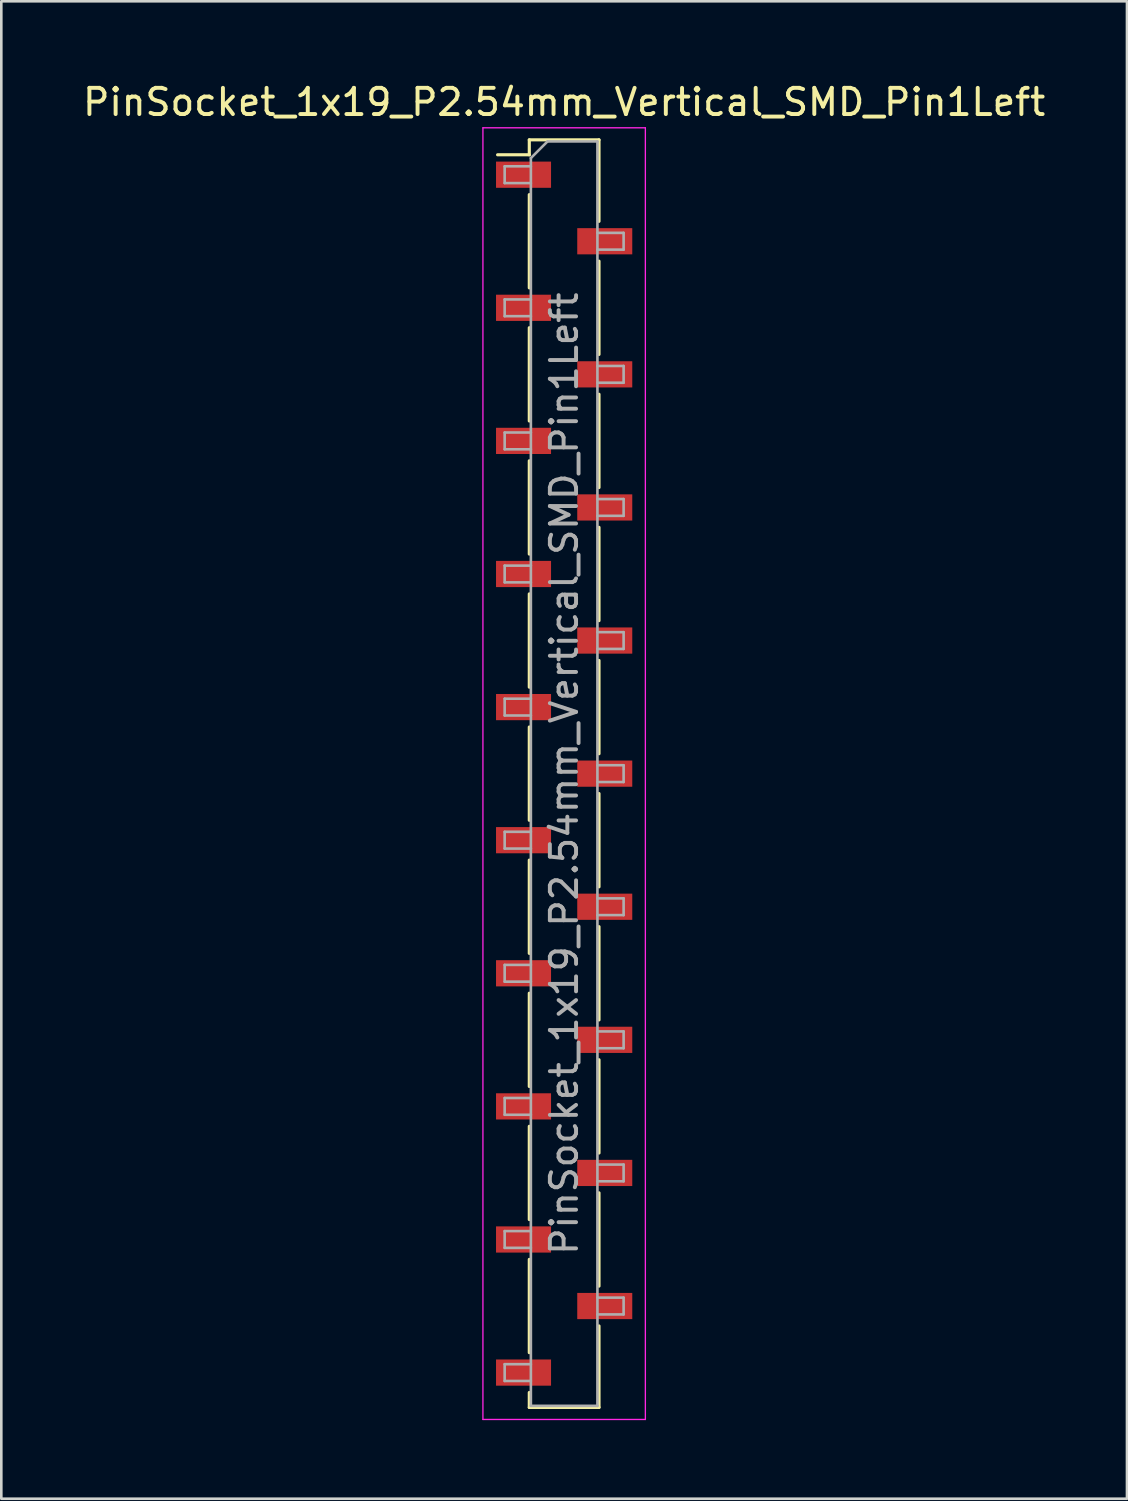
<source format=kicad_pcb>
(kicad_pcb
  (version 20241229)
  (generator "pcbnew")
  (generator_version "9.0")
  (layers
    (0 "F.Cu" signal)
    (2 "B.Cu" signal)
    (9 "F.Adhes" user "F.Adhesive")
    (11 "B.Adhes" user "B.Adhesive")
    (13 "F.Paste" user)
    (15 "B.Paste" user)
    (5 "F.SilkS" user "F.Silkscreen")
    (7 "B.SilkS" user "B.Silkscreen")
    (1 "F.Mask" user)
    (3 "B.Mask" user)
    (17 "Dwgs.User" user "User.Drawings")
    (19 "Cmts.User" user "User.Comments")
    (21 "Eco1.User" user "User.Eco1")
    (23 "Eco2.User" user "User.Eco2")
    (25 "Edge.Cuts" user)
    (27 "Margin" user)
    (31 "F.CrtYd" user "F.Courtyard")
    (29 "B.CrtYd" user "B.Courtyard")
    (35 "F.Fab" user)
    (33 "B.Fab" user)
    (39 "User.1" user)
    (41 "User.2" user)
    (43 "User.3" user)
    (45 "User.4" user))
  (footprint "PinSocket_1x19_P2.54mm_Vertical_SMD_Pin1Left"
    (layer "F.Cu")
    (at 18.482 26.478)
    (property "Reference" "PinSocket_1x19_P2.54mm_Vertical_SMD_Pin1Left" (at 0 -25.63 0) (layer "F.SilkS") (effects (font (size 1 1) (thickness 0.15))))
    (attr smd)
    (fp_line (start -2.54 -23.62) (end -1.33 -23.62) (stroke (width 0.12) (type solid)) (layer "F.SilkS"))
    (fp_line (start -1.33 -24.19) (end -1.33 -23.62) (stroke (width 0.12) (type solid)) (layer "F.SilkS"))
    (fp_line (start -1.33 -24.19) (end 1.33 -24.19) (stroke (width 0.12) (type solid)) (layer "F.SilkS"))
    (fp_line (start -1.33 -22.1) (end -1.33 -18.54) (stroke (width 0.12) (type solid)) (layer "F.SilkS"))
    (fp_line (start -1.33 -17.02) (end -1.33 -13.46) (stroke (width 0.12) (type solid)) (layer "F.SilkS"))
    (fp_line (start -1.33 -11.94) (end -1.33 -8.38) (stroke (width 0.12) (type solid)) (layer "F.SilkS"))
    (fp_line (start -1.33 -6.86) (end -1.33 -3.3) (stroke (width 0.12) (type solid)) (layer "F.SilkS"))
    (fp_line (start -1.33 -1.78) (end -1.33 1.78) (stroke (width 0.12) (type solid)) (layer "F.SilkS"))
    (fp_line (start -1.33 3.3) (end -1.33 6.86) (stroke (width 0.12) (type solid)) (layer "F.SilkS"))
    (fp_line (start -1.33 8.38) (end -1.33 11.94) (stroke (width 0.12) (type solid)) (layer "F.SilkS"))
    (fp_line (start -1.33 13.46) (end -1.33 17.02) (stroke (width 0.12) (type solid)) (layer "F.SilkS"))
    (fp_line (start -1.33 18.54) (end -1.33 22.1) (stroke (width 0.12) (type solid)) (layer "F.SilkS"))
    (fp_line (start -1.33 23.62) (end -1.33 24.19) (stroke (width 0.12) (type solid)) (layer "F.SilkS"))
    (fp_line (start -1.33 24.19) (end 1.33 24.19) (stroke (width 0.12) (type solid)) (layer "F.SilkS"))
    (fp_line (start 1.33 -24.19) (end 1.33 -21.08) (stroke (width 0.12) (type solid)) (layer "F.SilkS"))
    (fp_line (start 1.33 -19.56) (end 1.33 -16) (stroke (width 0.12) (type solid)) (layer "F.SilkS"))
    (fp_line (start 1.33 -14.48) (end 1.33 -10.92) (stroke (width 0.12) (type solid)) (layer "F.SilkS"))
    (fp_line (start 1.33 -9.4) (end 1.33 -5.84) (stroke (width 0.12) (type solid)) (layer "F.SilkS"))
    (fp_line (start 1.33 -4.32) (end 1.33 -0.76) (stroke (width 0.12) (type solid)) (layer "F.SilkS"))
    (fp_line (start 1.33 0.76) (end 1.33 4.32) (stroke (width 0.12) (type solid)) (layer "F.SilkS"))
    (fp_line (start 1.33 5.84) (end 1.33 9.4) (stroke (width 0.12) (type solid)) (layer "F.SilkS"))
    (fp_line (start 1.33 10.92) (end 1.33 14.48) (stroke (width 0.12) (type solid)) (layer "F.SilkS"))
    (fp_line (start 1.33 16) (end 1.33 19.56) (stroke (width 0.12) (type solid)) (layer "F.SilkS"))
    (fp_line (start 1.33 21.08) (end 1.33 24.19) (stroke (width 0.12) (type solid)) (layer "F.SilkS"))
    (fp_line (start -3.1 -24.65) (end 3.1 -24.65) (stroke (width 0.05) (type solid)) (layer "F.CrtYd"))
    (fp_line (start -3.1 24.65) (end -3.1 -24.65) (stroke (width 0.05) (type solid)) (layer "F.CrtYd"))
    (fp_line (start 3.1 -24.65) (end 3.1 24.65) (stroke (width 0.05) (type solid)) (layer "F.CrtYd"))
    (fp_line (start 3.1 24.65) (end -3.1 24.65) (stroke (width 0.05) (type solid)) (layer "F.CrtYd"))
    (fp_line (start -2.27 -23.18) (end -1.27 -23.18) (stroke (width 0.1) (type solid)) (layer "F.Fab"))
    (fp_line (start -2.27 -22.54) (end -2.27 -23.18) (stroke (width 0.1) (type solid)) (layer "F.Fab"))
    (fp_line (start -2.27 -18.1) (end -1.27 -18.1) (stroke (width 0.1) (type solid)) (layer "F.Fab"))
    (fp_line (start -2.27 -17.46) (end -2.27 -18.1) (stroke (width 0.1) (type solid)) (layer "F.Fab"))
    (fp_line (start -2.27 -13.02) (end -1.27 -13.02) (stroke (width 0.1) (type solid)) (layer "F.Fab"))
    (fp_line (start -2.27 -12.38) (end -2.27 -13.02) (stroke (width 0.1) (type solid)) (layer "F.Fab"))
    (fp_line (start -2.27 -7.94) (end -1.27 -7.94) (stroke (width 0.1) (type solid)) (layer "F.Fab"))
    (fp_line (start -2.27 -7.3) (end -2.27 -7.94) (stroke (width 0.1) (type solid)) (layer "F.Fab"))
    (fp_line (start -2.27 -2.86) (end -1.27 -2.86) (stroke (width 0.1) (type solid)) (layer "F.Fab"))
    (fp_line (start -2.27 -2.22) (end -2.27 -2.86) (stroke (width 0.1) (type solid)) (layer "F.Fab"))
    (fp_line (start -2.27 2.22) (end -1.27 2.22) (stroke (width 0.1) (type solid)) (layer "F.Fab"))
    (fp_line (start -2.27 2.86) (end -2.27 2.22) (stroke (width 0.1) (type solid)) (layer "F.Fab"))
    (fp_line (start -2.27 7.3) (end -1.27 7.3) (stroke (width 0.1) (type solid)) (layer "F.Fab"))
    (fp_line (start -2.27 7.94) (end -2.27 7.3) (stroke (width 0.1) (type solid)) (layer "F.Fab"))
    (fp_line (start -2.27 12.38) (end -1.27 12.38) (stroke (width 0.1) (type solid)) (layer "F.Fab"))
    (fp_line (start -2.27 13.02) (end -2.27 12.38) (stroke (width 0.1) (type solid)) (layer "F.Fab"))
    (fp_line (start -2.27 17.46) (end -1.27 17.46) (stroke (width 0.1) (type solid)) (layer "F.Fab"))
    (fp_line (start -2.27 18.1) (end -2.27 17.46) (stroke (width 0.1) (type solid)) (layer "F.Fab"))
    (fp_line (start -2.27 22.54) (end -1.27 22.54) (stroke (width 0.1) (type solid)) (layer "F.Fab"))
    (fp_line (start -2.27 23.18) (end -2.27 22.54) (stroke (width 0.1) (type solid)) (layer "F.Fab"))
    (fp_line (start -1.27 -23.495) (end -0.635 -24.13) (stroke (width 0.1) (type solid)) (layer "F.Fab"))
    (fp_line (start -1.27 -22.54) (end -2.27 -22.54) (stroke (width 0.1) (type solid)) (layer "F.Fab"))
    (fp_line (start -1.27 -17.46) (end -2.27 -17.46) (stroke (width 0.1) (type solid)) (layer "F.Fab"))
    (fp_line (start -1.27 -12.38) (end -2.27 -12.38) (stroke (width 0.1) (type solid)) (layer "F.Fab"))
    (fp_line (start -1.27 -7.3) (end -2.27 -7.3) (stroke (width 0.1) (type solid)) (layer "F.Fab"))
    (fp_line (start -1.27 -2.22) (end -2.27 -2.22) (stroke (width 0.1) (type solid)) (layer "F.Fab"))
    (fp_line (start -1.27 2.86) (end -2.27 2.86) (stroke (width 0.1) (type solid)) (layer "F.Fab"))
    (fp_line (start -1.27 7.94) (end -2.27 7.94) (stroke (width 0.1) (type solid)) (layer "F.Fab"))
    (fp_line (start -1.27 13.02) (end -2.27 13.02) (stroke (width 0.1) (type solid)) (layer "F.Fab"))
    (fp_line (start -1.27 18.1) (end -2.27 18.1) (stroke (width 0.1) (type solid)) (layer "F.Fab"))
    (fp_line (start -1.27 23.18) (end -2.27 23.18) (stroke (width 0.1) (type solid)) (layer "F.Fab"))
    (fp_line (start -1.27 24.13) (end -1.27 -23.495) (stroke (width 0.1) (type solid)) (layer "F.Fab"))
    (fp_line (start -0.635 -24.13) (end 1.27 -24.13) (stroke (width 0.1) (type solid)) (layer "F.Fab"))
    (fp_line (start 1.27 -24.13) (end 1.27 24.13) (stroke (width 0.1) (type solid)) (layer "F.Fab"))
    (fp_line (start 1.27 -20.64) (end 2.27 -20.64) (stroke (width 0.1) (type solid)) (layer "F.Fab"))
    (fp_line (start 1.27 -15.56) (end 2.27 -15.56) (stroke (width 0.1) (type solid)) (layer "F.Fab"))
    (fp_line (start 1.27 -10.48) (end 2.27 -10.48) (stroke (width 0.1) (type solid)) (layer "F.Fab"))
    (fp_line (start 1.27 -5.4) (end 2.27 -5.4) (stroke (width 0.1) (type solid)) (layer "F.Fab"))
    (fp_line (start 1.27 -0.32) (end 2.27 -0.32) (stroke (width 0.1) (type solid)) (layer "F.Fab"))
    (fp_line (start 1.27 4.76) (end 2.27 4.76) (stroke (width 0.1) (type solid)) (layer "F.Fab"))
    (fp_line (start 1.27 9.84) (end 2.27 9.84) (stroke (width 0.1) (type solid)) (layer "F.Fab"))
    (fp_line (start 1.27 14.92) (end 2.27 14.92) (stroke (width 0.1) (type solid)) (layer "F.Fab"))
    (fp_line (start 1.27 20) (end 2.27 20) (stroke (width 0.1) (type solid)) (layer "F.Fab"))
    (fp_line (start 1.27 24.13) (end -1.27 24.13) (stroke (width 0.1) (type solid)) (layer "F.Fab"))
    (fp_line (start 2.27 -20.64) (end 2.27 -20) (stroke (width 0.1) (type solid)) (layer "F.Fab"))
    (fp_line (start 2.27 -20) (end 1.27 -20) (stroke (width 0.1) (type solid)) (layer "F.Fab"))
    (fp_line (start 2.27 -15.56) (end 2.27 -14.92) (stroke (width 0.1) (type solid)) (layer "F.Fab"))
    (fp_line (start 2.27 -14.92) (end 1.27 -14.92) (stroke (width 0.1) (type solid)) (layer "F.Fab"))
    (fp_line (start 2.27 -10.48) (end 2.27 -9.84) (stroke (width 0.1) (type solid)) (layer "F.Fab"))
    (fp_line (start 2.27 -9.84) (end 1.27 -9.84) (stroke (width 0.1) (type solid)) (layer "F.Fab"))
    (fp_line (start 2.27 -5.4) (end 2.27 -4.76) (stroke (width 0.1) (type solid)) (layer "F.Fab"))
    (fp_line (start 2.27 -4.76) (end 1.27 -4.76) (stroke (width 0.1) (type solid)) (layer "F.Fab"))
    (fp_line (start 2.27 -0.32) (end 2.27 0.32) (stroke (width 0.1) (type solid)) (layer "F.Fab"))
    (fp_line (start 2.27 0.32) (end 1.27 0.32) (stroke (width 0.1) (type solid)) (layer "F.Fab"))
    (fp_line (start 2.27 4.76) (end 2.27 5.4) (stroke (width 0.1) (type solid)) (layer "F.Fab"))
    (fp_line (start 2.27 5.4) (end 1.27 5.4) (stroke (width 0.1) (type solid)) (layer "F.Fab"))
    (fp_line (start 2.27 9.84) (end 2.27 10.48) (stroke (width 0.1) (type solid)) (layer "F.Fab"))
    (fp_line (start 2.27 10.48) (end 1.27 10.48) (stroke (width 0.1) (type solid)) (layer "F.Fab"))
    (fp_line (start 2.27 14.92) (end 2.27 15.56) (stroke (width 0.1) (type solid)) (layer "F.Fab"))
    (fp_line (start 2.27 15.56) (end 1.27 15.56) (stroke (width 0.1) (type solid)) (layer "F.Fab"))
    (fp_line (start 2.27 20) (end 2.27 20.64) (stroke (width 0.1) (type solid)) (layer "F.Fab"))
    (fp_line (start 2.27 20.64) (end 1.27 20.64) (stroke (width 0.1) (type solid)) (layer "F.Fab"))
    (fp_text user "${REFERENCE}" (at 0 0 90) (layer "F.Fab") (effects (font (size 1 1) (thickness 0.15))))
    (pad "1" smd rect (at -1.55 -22.86) (size 2.1 1) (layers "F.Cu" "F.Mask" "F.Paste"))
    (pad "2" smd rect (at 1.55 -20.32) (size 2.1 1) (layers "F.Cu" "F.Mask" "F.Paste"))
    (pad "3" smd rect (at -1.55 -17.78) (size 2.1 1) (layers "F.Cu" "F.Mask" "F.Paste"))
    (pad "4" smd rect (at 1.55 -15.24) (size 2.1 1) (layers "F.Cu" "F.Mask" "F.Paste"))
    (pad "5" smd rect (at -1.55 -12.7) (size 2.1 1) (layers "F.Cu" "F.Mask" "F.Paste"))
    (pad "6" smd rect (at 1.55 -10.16) (size 2.1 1) (layers "F.Cu" "F.Mask" "F.Paste"))
    (pad "7" smd rect (at -1.55 -7.62) (size 2.1 1) (layers "F.Cu" "F.Mask" "F.Paste"))
    (pad "8" smd rect (at 1.55 -5.08) (size 2.1 1) (layers "F.Cu" "F.Mask" "F.Paste"))
    (pad "9" smd rect (at -1.55 -2.54) (size 2.1 1) (layers "F.Cu" "F.Mask" "F.Paste"))
    (pad "10" smd rect (at 1.55 0) (size 2.1 1) (layers "F.Cu" "F.Mask" "F.Paste"))
    (pad "11" smd rect (at -1.55 2.54) (size 2.1 1) (layers "F.Cu" "F.Mask" "F.Paste"))
    (pad "12" smd rect (at 1.55 5.08) (size 2.1 1) (layers "F.Cu" "F.Mask" "F.Paste"))
    (pad "13" smd rect (at -1.55 7.62) (size 2.1 1) (layers "F.Cu" "F.Mask" "F.Paste"))
    (pad "14" smd rect (at 1.55 10.16) (size 2.1 1) (layers "F.Cu" "F.Mask" "F.Paste"))
    (pad "15" smd rect (at -1.55 12.7) (size 2.1 1) (layers "F.Cu" "F.Mask" "F.Paste"))
    (pad "16" smd rect (at 1.55 15.24) (size 2.1 1) (layers "F.Cu" "F.Mask" "F.Paste"))
    (pad "17" smd rect (at -1.55 17.78) (size 2.1 1) (layers "F.Cu" "F.Mask" "F.Paste"))
    (pad "18" smd rect (at 1.55 20.32) (size 2.1 1) (layers "F.Cu" "F.Mask" "F.Paste"))
    (pad "19" smd rect (at -1.55 22.86) (size 2.1 1) (layers "F.Cu" "F.Mask" "F.Paste")))
  (gr_rect
    (start -3 -3)
    (end 39.964 54.153)
    (stroke (width 0.1) (type default))
    (fill no)
    (layer "Edge.Cuts")))
</source>
